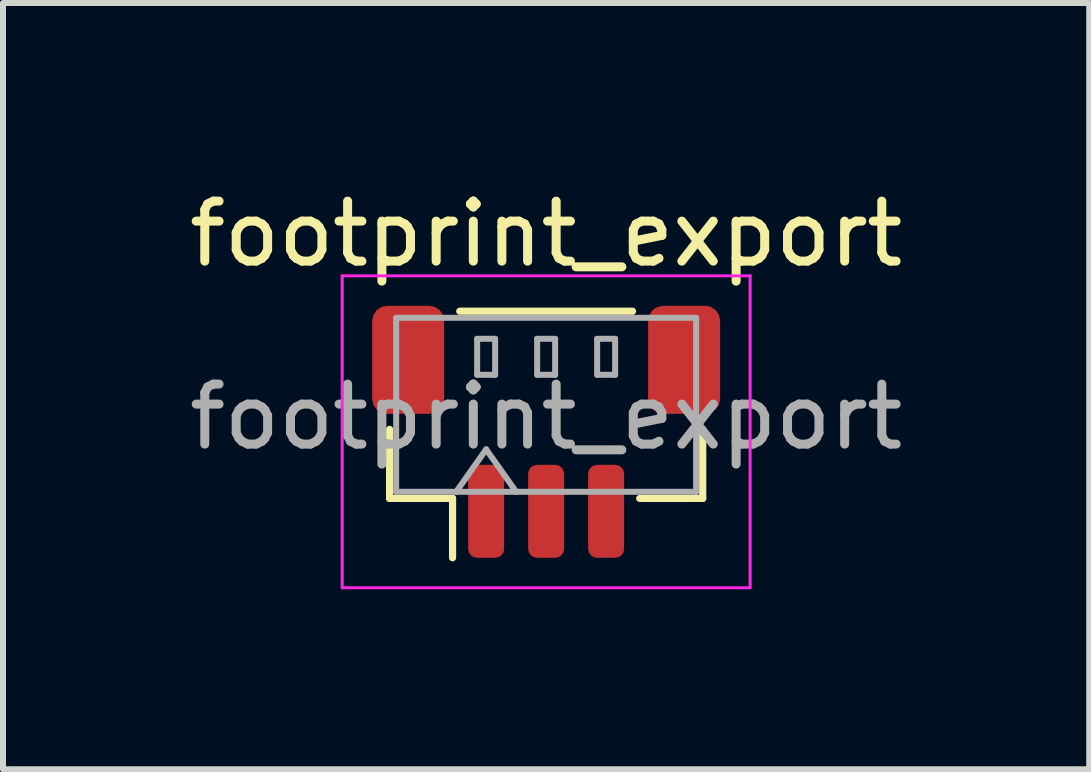
<source format=kicad_pcb>
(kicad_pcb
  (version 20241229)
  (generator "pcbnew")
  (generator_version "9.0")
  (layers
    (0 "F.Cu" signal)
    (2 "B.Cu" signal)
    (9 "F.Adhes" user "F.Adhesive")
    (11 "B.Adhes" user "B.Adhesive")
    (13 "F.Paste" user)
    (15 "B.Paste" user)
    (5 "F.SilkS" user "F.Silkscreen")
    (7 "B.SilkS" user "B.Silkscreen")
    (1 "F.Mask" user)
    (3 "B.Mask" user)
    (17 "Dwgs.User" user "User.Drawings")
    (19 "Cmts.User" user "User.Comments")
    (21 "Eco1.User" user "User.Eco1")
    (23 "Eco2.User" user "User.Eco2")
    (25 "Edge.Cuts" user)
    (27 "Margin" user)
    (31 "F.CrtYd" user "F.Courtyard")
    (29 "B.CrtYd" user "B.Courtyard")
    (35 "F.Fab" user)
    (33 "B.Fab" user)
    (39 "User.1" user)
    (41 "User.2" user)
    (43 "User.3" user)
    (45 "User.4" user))
  (footprint "footprint_export"
    (layer "F.Cu")
    (at 6.054 4.148)
    (property "Reference" "footprint_export" (at 0 -3.3 0) (layer "F.SilkS") (effects (font (size 1 1) (thickness 0.15))))
    (attr smd)
    (fp_line (start -2.61 -0.04) (end -2.61 1.11) (stroke (width 0.12) (type solid)) (layer "F.SilkS"))
    (fp_line (start -2.61 1.11) (end -1.56 1.11) (stroke (width 0.12) (type solid)) (layer "F.SilkS"))
    (fp_line (start -1.56 1.11) (end -1.56 2.1) (stroke (width 0.12) (type solid)) (layer "F.SilkS"))
    (fp_line (start -1.44 -2.01) (end 1.44 -2.01) (stroke (width 0.12) (type solid)) (layer "F.SilkS"))
    (fp_line (start 2.61 -0.04) (end 2.61 1.11) (stroke (width 0.12) (type solid)) (layer "F.SilkS"))
    (fp_line (start 2.61 1.11) (end 1.56 1.11) (stroke (width 0.12) (type solid)) (layer "F.SilkS"))
    (fp_line (start -3.4 -2.6) (end -3.4 2.6) (stroke (width 0.05) (type solid)) (layer "F.CrtYd"))
    (fp_line (start -3.4 2.6) (end 3.4 2.6) (stroke (width 0.05) (type solid)) (layer "F.CrtYd"))
    (fp_line (start 3.4 -2.6) (end -3.4 -2.6) (stroke (width 0.05) (type solid)) (layer "F.CrtYd"))
    (fp_line (start 3.4 2.6) (end 3.4 -2.6) (stroke (width 0.05) (type solid)) (layer "F.CrtYd"))
    (fp_line (start -2.5 -1.9) (end 2.5 -1.9) (stroke (width 0.1) (type solid)) (layer "F.Fab"))
    (fp_line (start -2.5 1) (end -2.5 -1.9) (stroke (width 0.1) (type solid)) (layer "F.Fab"))
    (fp_line (start -2.5 1) (end 2.5 1) (stroke (width 0.1) (type solid)) (layer "F.Fab"))
    (fp_line (start -1.5 1) (end -1 0.293) (stroke (width 0.1) (type solid)) (layer "F.Fab"))
    (fp_line (start -1.15 -1.55) (end -1.15 -0.95) (stroke (width 0.1) (type solid)) (layer "F.Fab"))
    (fp_line (start -1.15 -0.95) (end -0.85 -0.95) (stroke (width 0.1) (type solid)) (layer "F.Fab"))
    (fp_line (start -1 0.293) (end -0.5 1) (stroke (width 0.1) (type solid)) (layer "F.Fab"))
    (fp_line (start -0.85 -1.55) (end -1.15 -1.55) (stroke (width 0.1) (type solid)) (layer "F.Fab"))
    (fp_line (start -0.85 -0.95) (end -0.85 -1.55) (stroke (width 0.1) (type solid)) (layer "F.Fab"))
    (fp_line (start -0.15 -1.55) (end -0.15 -0.95) (stroke (width 0.1) (type solid)) (layer "F.Fab"))
    (fp_line (start -0.15 -0.95) (end 0.15 -0.95) (stroke (width 0.1) (type solid)) (layer "F.Fab"))
    (fp_line (start 0.15 -1.55) (end -0.15 -1.55) (stroke (width 0.1) (type solid)) (layer "F.Fab"))
    (fp_line (start 0.15 -0.95) (end 0.15 -1.55) (stroke (width 0.1) (type solid)) (layer "F.Fab"))
    (fp_line (start 0.85 -1.55) (end 0.85 -0.95) (stroke (width 0.1) (type solid)) (layer "F.Fab"))
    (fp_line (start 0.85 -0.95) (end 1.15 -0.95) (stroke (width 0.1) (type solid)) (layer "F.Fab"))
    (fp_line (start 1.15 -1.55) (end 0.85 -1.55) (stroke (width 0.1) (type solid)) (layer "F.Fab"))
    (fp_line (start 1.15 -0.95) (end 1.15 -1.55) (stroke (width 0.1) (type solid)) (layer "F.Fab"))
    (fp_line (start 2.5 1) (end 2.5 -1.9) (stroke (width 0.1) (type solid)) (layer "F.Fab"))
    (fp_text user "${REFERENCE}" (at 0 -0.25 0) (layer "F.Fab") (effects (font (size 1 1) (thickness 0.15))))
    (pad "1" smd roundrect (at -1 1.325) (size 0.6 1.55) (layers "F.Cu" "F.Mask" "F.Paste") (roundrect_rratio 0.25))
    (pad "2" smd roundrect (at 0 1.325) (size 0.6 1.55) (layers "F.Cu" "F.Mask" "F.Paste") (roundrect_rratio 0.25))
    (pad "3" smd roundrect (at 1 1.325) (size 0.6 1.55) (layers "F.Cu" "F.Mask" "F.Paste") (roundrect_rratio 0.25))
    (pad "MP" smd roundrect (at -2.3 -1.2) (size 1.2 1.8) (layers "F.Cu" "F.Mask" "F.Paste") (roundrect_rratio 0.208))
    (pad "MP" smd roundrect (at 2.3 -1.2) (size 1.2 1.8) (layers "F.Cu" "F.Mask" "F.Paste") (roundrect_rratio 0.208)))
  (gr_rect
    (start -3 -3)
    (end 15.107 9.773)
    (stroke (width 0.1) (type default))
    (fill no)
    (layer "Edge.Cuts")))
</source>
